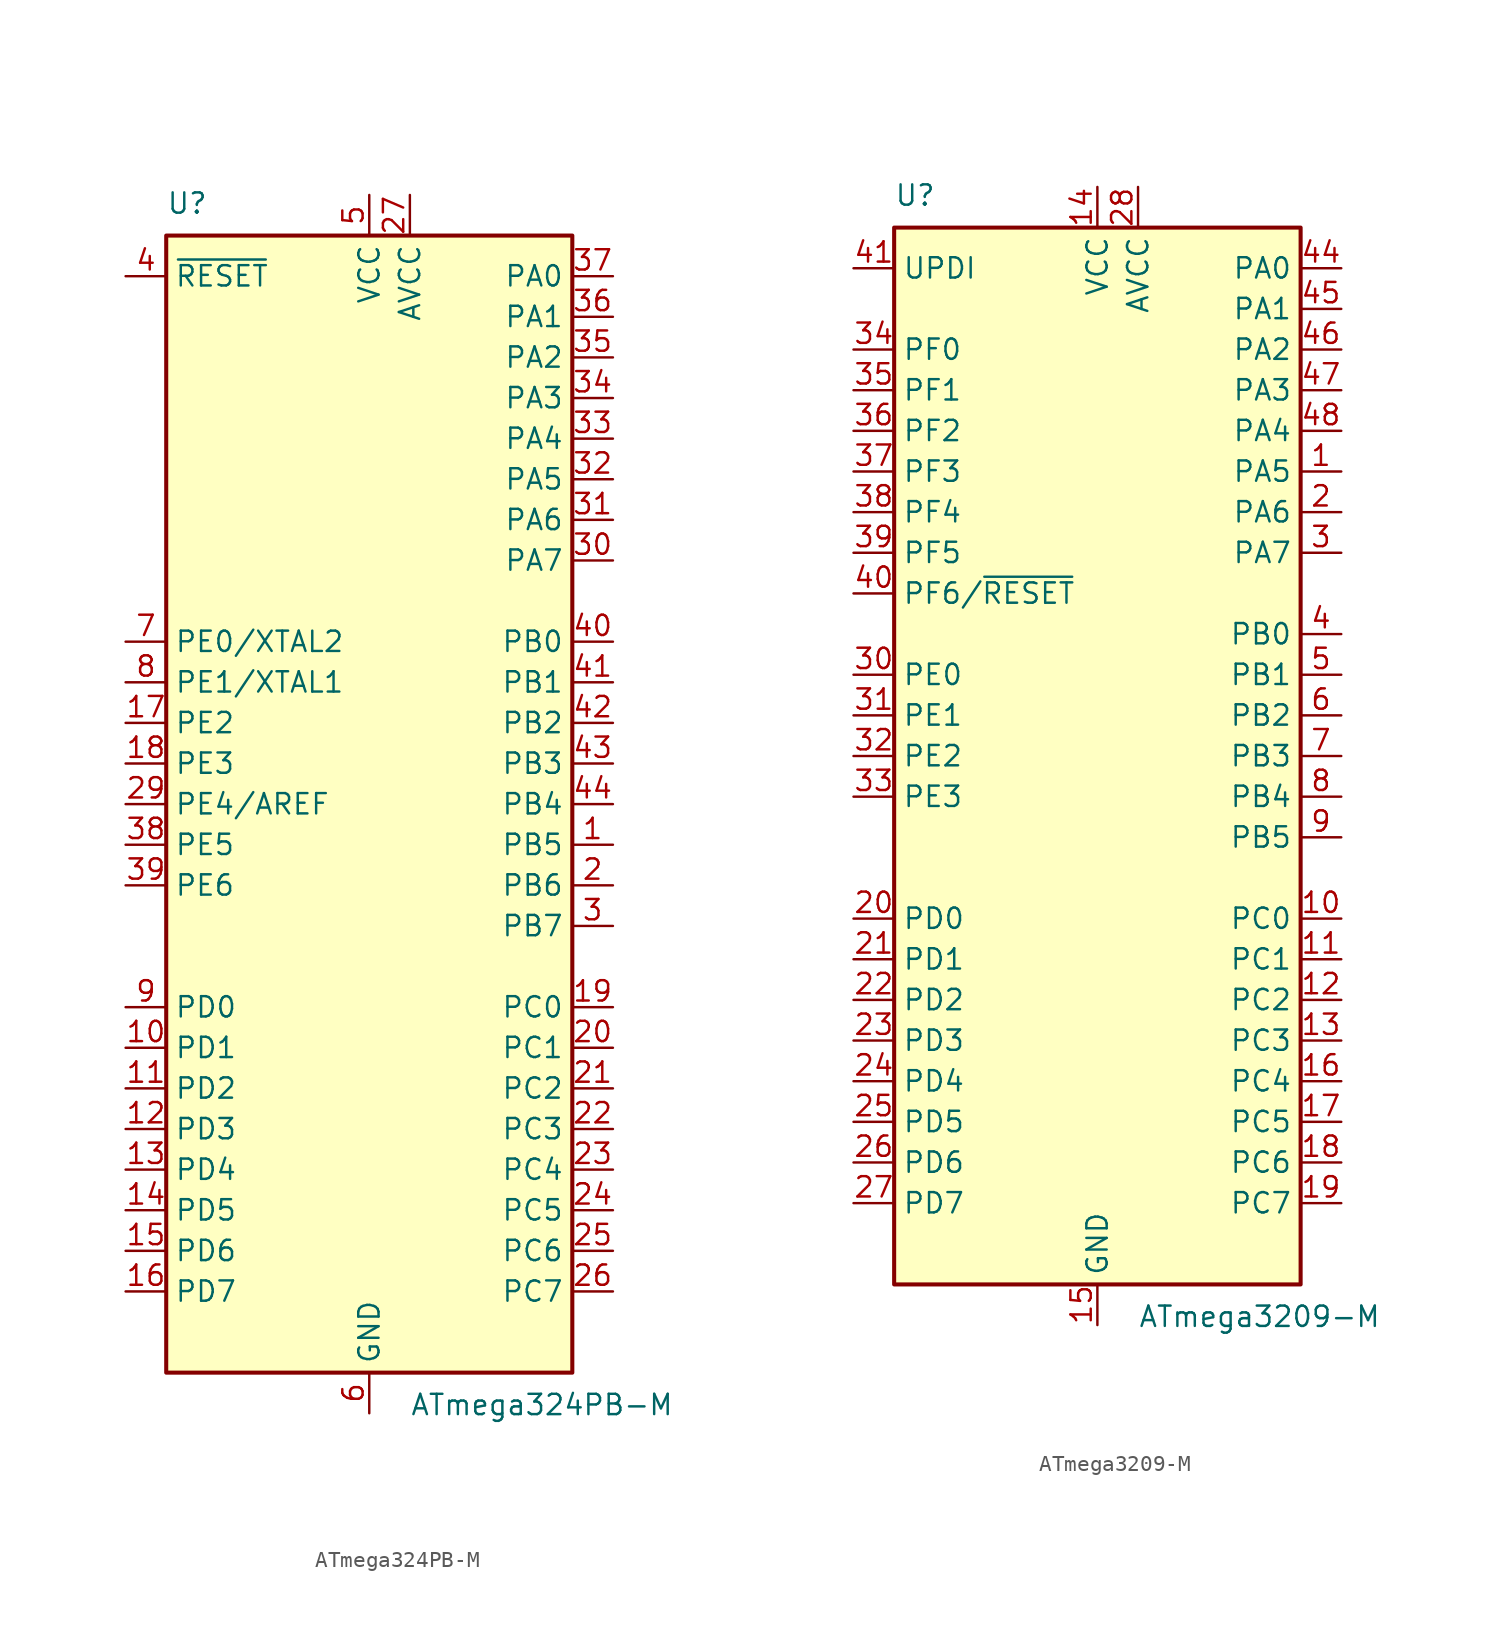
<source format=kicad_sym>
(kicad_symbol_lib
  (version 20211014)
  (generator kicad_symbol_editor)
  (symbol "ATmega324PB-M"
    (property "Reference" "U"
      (at -12.7 36.83 0)
      (effects (font (size 1.27 1.27)) (justify left bottom)))
    (property "Value" "ATmega324PB-M"
      (at 2.54 -36.83 0)
      (effects (font (size 1.27 1.27)) (justify left top)))
    (symbol "ATmega324PB-M_0_1"
      (rectangle (start -12.7 -35.56) (end 12.7 35.56) (stroke (width 0.254) (type default) (color 0 0 0 0)) (fill (type background))))
    (symbol "ATmega324PB-M_1_1"
      (pin bidirectional line (at 15.24 -2.54 180) (length 2.54) (name "PB5" (effects (font (size 1.27 1.27)))) (number "1" (effects (font (size 1.27 1.27)))))
      (pin bidirectional line (at -15.24 -15.24 0) (length 2.54) (name "PD1" (effects (font (size 1.27 1.27)))) (number "10" (effects (font (size 1.27 1.27)))))
      (pin bidirectional line (at -15.24 -17.78 0) (length 2.54) (name "PD2" (effects (font (size 1.27 1.27)))) (number "11" (effects (font (size 1.27 1.27)))))
      (pin bidirectional line (at -15.24 -20.32 0) (length 2.54) (name "PD3" (effects (font (size 1.27 1.27)))) (number "12" (effects (font (size 1.27 1.27)))))
      (pin bidirectional line (at -15.24 -22.86 0) (length 2.54) (name "PD4" (effects (font (size 1.27 1.27)))) (number "13" (effects (font (size 1.27 1.27)))))
      (pin bidirectional line (at -15.24 -25.4 0) (length 2.54) (name "PD5" (effects (font (size 1.27 1.27)))) (number "14" (effects (font (size 1.27 1.27)))))
      (pin bidirectional line (at -15.24 -27.94 0) (length 2.54) (name "PD6" (effects (font (size 1.27 1.27)))) (number "15" (effects (font (size 1.27 1.27)))))
      (pin bidirectional line (at -15.24 -30.48 0) (length 2.54) (name "PD7" (effects (font (size 1.27 1.27)))) (number "16" (effects (font (size 1.27 1.27)))))
      (pin bidirectional line (at -15.24 5.08 0) (length 2.54) (name "PE2" (effects (font (size 1.27 1.27)))) (number "17" (effects (font (size 1.27 1.27)))))
      (pin bidirectional line (at -15.24 2.54 0) (length 2.54) (name "PE3" (effects (font (size 1.27 1.27)))) (number "18" (effects (font (size 1.27 1.27)))))
      (pin bidirectional line (at 15.24 -12.7 180) (length 2.54) (name "PC0" (effects (font (size 1.27 1.27)))) (number "19" (effects (font (size 1.27 1.27)))))
      (pin bidirectional line (at 15.24 -5.08 180) (length 2.54) (name "PB6" (effects (font (size 1.27 1.27)))) (number "2" (effects (font (size 1.27 1.27)))))
      (pin bidirectional line (at 15.24 -15.24 180) (length 2.54) (name "PC1" (effects (font (size 1.27 1.27)))) (number "20" (effects (font (size 1.27 1.27)))))
      (pin bidirectional line (at 15.24 -17.78 180) (length 2.54) (name "PC2" (effects (font (size 1.27 1.27)))) (number "21" (effects (font (size 1.27 1.27)))))
      (pin bidirectional line (at 15.24 -20.32 180) (length 2.54) (name "PC3" (effects (font (size 1.27 1.27)))) (number "22" (effects (font (size 1.27 1.27)))))
      (pin bidirectional line (at 15.24 -22.86 180) (length 2.54) (name "PC4" (effects (font (size 1.27 1.27)))) (number "23" (effects (font (size 1.27 1.27)))))
      (pin bidirectional line (at 15.24 -25.4 180) (length 2.54) (name "PC5" (effects (font (size 1.27 1.27)))) (number "24" (effects (font (size 1.27 1.27)))))
      (pin bidirectional line (at 15.24 -27.94 180) (length 2.54) (name "PC6" (effects (font (size 1.27 1.27)))) (number "25" (effects (font (size 1.27 1.27)))))
      (pin bidirectional line (at 15.24 -30.48 180) (length 2.54) (name "PC7" (effects (font (size 1.27 1.27)))) (number "26" (effects (font (size 1.27 1.27)))))
      (pin power_in line (at 2.54 38.1 270) (length 2.54) (name "AVCC" (effects (font (size 1.27 1.27)))) (number "27" (effects (font (size 1.27 1.27)))))
      (pin passive line (at 0 -38.1 90) (length 2.54) hide (name "GND" (effects (font (size 1.27 1.27)))) (number "28" (effects (font (size 1.27 1.27)))))
      (pin bidirectional line (at -15.24 0 0) (length 2.54) (name "PE4/AREF" (effects (font (size 1.27 1.27)))) (number "29" (effects (font (size 1.27 1.27)))))
      (pin bidirectional line (at 15.24 -7.62 180) (length 2.54) (name "PB7" (effects (font (size 1.27 1.27)))) (number "3" (effects (font (size 1.27 1.27)))))
      (pin bidirectional line (at 15.24 15.24 180) (length 2.54) (name "PA7" (effects (font (size 1.27 1.27)))) (number "30" (effects (font (size 1.27 1.27)))))
      (pin bidirectional line (at 15.24 17.78 180) (length 2.54) (name "PA6" (effects (font (size 1.27 1.27)))) (number "31" (effects (font (size 1.27 1.27)))))
      (pin bidirectional line (at 15.24 20.32 180) (length 2.54) (name "PA5" (effects (font (size 1.27 1.27)))) (number "32" (effects (font (size 1.27 1.27)))))
      (pin bidirectional line (at 15.24 22.86 180) (length 2.54) (name "PA4" (effects (font (size 1.27 1.27)))) (number "33" (effects (font (size 1.27 1.27)))))
      (pin bidirectional line (at 15.24 25.4 180) (length 2.54) (name "PA3" (effects (font (size 1.27 1.27)))) (number "34" (effects (font (size 1.27 1.27)))))
      (pin bidirectional line (at 15.24 27.94 180) (length 2.54) (name "PA2" (effects (font (size 1.27 1.27)))) (number "35" (effects (font (size 1.27 1.27)))))
      (pin bidirectional line (at 15.24 30.48 180) (length 2.54) (name "PA1" (effects (font (size 1.27 1.27)))) (number "36" (effects (font (size 1.27 1.27)))))
      (pin bidirectional line (at 15.24 33.02 180) (length 2.54) (name "PA0" (effects (font (size 1.27 1.27)))) (number "37" (effects (font (size 1.27 1.27)))))
      (pin bidirectional line (at -15.24 -2.54 0) (length 2.54) (name "PE5" (effects (font (size 1.27 1.27)))) (number "38" (effects (font (size 1.27 1.27)))))
      (pin bidirectional line (at -15.24 -5.08 0) (length 2.54) (name "PE6" (effects (font (size 1.27 1.27)))) (number "39" (effects (font (size 1.27 1.27)))))
      (pin input line (at -15.24 33.02 0) (length 2.54) (name "~{RESET}" (effects (font (size 1.27 1.27)))) (number "4" (effects (font (size 1.27 1.27)))))
      (pin bidirectional line (at 15.24 10.16 180) (length 2.54) (name "PB0" (effects (font (size 1.27 1.27)))) (number "40" (effects (font (size 1.27 1.27)))))
      (pin bidirectional line (at 15.24 7.62 180) (length 2.54) (name "PB1" (effects (font (size 1.27 1.27)))) (number "41" (effects (font (size 1.27 1.27)))))
      (pin bidirectional line (at 15.24 5.08 180) (length 2.54) (name "PB2" (effects (font (size 1.27 1.27)))) (number "42" (effects (font (size 1.27 1.27)))))
      (pin bidirectional line (at 15.24 2.54 180) (length 2.54) (name "PB3" (effects (font (size 1.27 1.27)))) (number "43" (effects (font (size 1.27 1.27)))))
      (pin bidirectional line (at 15.24 0 180) (length 2.54) (name "PB4" (effects (font (size 1.27 1.27)))) (number "44" (effects (font (size 1.27 1.27)))))
      (pin passive line (at 0 -38.1 90) (length 2.54) hide (name "GND" (effects (font (size 1.27 1.27)))) (number "45" (effects (font (size 1.27 1.27)))))
      (pin power_in line (at 0 38.1 270) (length 2.54) (name "VCC" (effects (font (size 1.27 1.27)))) (number "5" (effects (font (size 1.27 1.27)))))
      (pin power_in line (at 0 -38.1 90) (length 2.54) (name "GND" (effects (font (size 1.27 1.27)))) (number "6" (effects (font (size 1.27 1.27)))))
      (pin bidirectional line (at -15.24 10.16 0) (length 2.54) (name "PE0/XTAL2" (effects (font (size 1.27 1.27)))) (number "7" (effects (font (size 1.27 1.27)))))
      (pin bidirectional line (at -15.24 7.62 0) (length 2.54) (name "PE1/XTAL1" (effects (font (size 1.27 1.27)))) (number "8" (effects (font (size 1.27 1.27)))))
      (pin bidirectional line (at -15.24 -12.7 0) (length 2.54) (name "PD0" (effects (font (size 1.27 1.27)))) (number "9" (effects (font (size 1.27 1.27)))))))
  (symbol "ATmega3209-M"
    (property "Reference" "U"
      (at -12.7 34.29 0)
      (effects (font (size 1.27 1.27)) (justify left bottom)))
    (property "Value" "ATmega3209-M"
      (at 2.54 -34.29 0)
      (effects (font (size 1.27 1.27)) (justify left top)))
    (symbol "ATmega3209-M_0_1"
      (rectangle (start -12.7 -33.02) (end 12.7 33.02) (stroke (width 0.254) (type default) (color 0 0 0 0)) (fill (type background))))
    (symbol "ATmega3209-M_1_1"
      (pin bidirectional line (at 15.24 17.78 180) (length 2.54) (name "PA5" (effects (font (size 1.27 1.27)))) (number "1" (effects (font (size 1.27 1.27)))))
      (pin bidirectional line (at 15.24 -10.16 180) (length 2.54) (name "PC0" (effects (font (size 1.27 1.27)))) (number "10" (effects (font (size 1.27 1.27)))))
      (pin bidirectional line (at 15.24 -12.7 180) (length 2.54) (name "PC1" (effects (font (size 1.27 1.27)))) (number "11" (effects (font (size 1.27 1.27)))))
      (pin bidirectional line (at 15.24 -15.24 180) (length 2.54) (name "PC2" (effects (font (size 1.27 1.27)))) (number "12" (effects (font (size 1.27 1.27)))))
      (pin bidirectional line (at 15.24 -17.78 180) (length 2.54) (name "PC3" (effects (font (size 1.27 1.27)))) (number "13" (effects (font (size 1.27 1.27)))))
      (pin power_in line (at 0 35.56 270) (length 2.54) (name "VCC" (effects (font (size 1.27 1.27)))) (number "14" (effects (font (size 1.27 1.27)))))
      (pin power_in line (at 0 -35.56 90) (length 2.54) (name "GND" (effects (font (size 1.27 1.27)))) (number "15" (effects (font (size 1.27 1.27)))))
      (pin bidirectional line (at 15.24 -20.32 180) (length 2.54) (name "PC4" (effects (font (size 1.27 1.27)))) (number "16" (effects (font (size 1.27 1.27)))))
      (pin bidirectional line (at 15.24 -22.86 180) (length 2.54) (name "PC5" (effects (font (size 1.27 1.27)))) (number "17" (effects (font (size 1.27 1.27)))))
      (pin bidirectional line (at 15.24 -25.4 180) (length 2.54) (name "PC6" (effects (font (size 1.27 1.27)))) (number "18" (effects (font (size 1.27 1.27)))))
      (pin bidirectional line (at 15.24 -27.94 180) (length 2.54) (name "PC7" (effects (font (size 1.27 1.27)))) (number "19" (effects (font (size 1.27 1.27)))))
      (pin bidirectional line (at 15.24 15.24 180) (length 2.54) (name "PA6" (effects (font (size 1.27 1.27)))) (number "2" (effects (font (size 1.27 1.27)))))
      (pin bidirectional line (at -15.24 -10.16 0) (length 2.54) (name "PD0" (effects (font (size 1.27 1.27)))) (number "20" (effects (font (size 1.27 1.27)))))
      (pin bidirectional line (at -15.24 -12.7 0) (length 2.54) (name "PD1" (effects (font (size 1.27 1.27)))) (number "21" (effects (font (size 1.27 1.27)))))
      (pin bidirectional line (at -15.24 -15.24 0) (length 2.54) (name "PD2" (effects (font (size 1.27 1.27)))) (number "22" (effects (font (size 1.27 1.27)))))
      (pin bidirectional line (at -15.24 -17.78 0) (length 2.54) (name "PD3" (effects (font (size 1.27 1.27)))) (number "23" (effects (font (size 1.27 1.27)))))
      (pin bidirectional line (at -15.24 -20.32 0) (length 2.54) (name "PD4" (effects (font (size 1.27 1.27)))) (number "24" (effects (font (size 1.27 1.27)))))
      (pin bidirectional line (at -15.24 -22.86 0) (length 2.54) (name "PD5" (effects (font (size 1.27 1.27)))) (number "25" (effects (font (size 1.27 1.27)))))
      (pin bidirectional line (at -15.24 -25.4 0) (length 2.54) (name "PD6" (effects (font (size 1.27 1.27)))) (number "26" (effects (font (size 1.27 1.27)))))
      (pin bidirectional line (at -15.24 -27.94 0) (length 2.54) (name "PD7" (effects (font (size 1.27 1.27)))) (number "27" (effects (font (size 1.27 1.27)))))
      (pin power_in line (at 2.54 35.56 270) (length 2.54) (name "AVCC" (effects (font (size 1.27 1.27)))) (number "28" (effects (font (size 1.27 1.27)))))
      (pin passive line (at 0 -35.56 90) (length 2.54) hide (name "GND" (effects (font (size 1.27 1.27)))) (number "29" (effects (font (size 1.27 1.27)))))
      (pin bidirectional line (at 15.24 12.7 180) (length 2.54) (name "PA7" (effects (font (size 1.27 1.27)))) (number "3" (effects (font (size 1.27 1.27)))))
      (pin bidirectional line (at -15.24 5.08 0) (length 2.54) (name "PE0" (effects (font (size 1.27 1.27)))) (number "30" (effects (font (size 1.27 1.27)))))
      (pin bidirectional line (at -15.24 2.54 0) (length 2.54) (name "PE1" (effects (font (size 1.27 1.27)))) (number "31" (effects (font (size 1.27 1.27)))))
      (pin bidirectional line (at -15.24 0 0) (length 2.54) (name "PE2" (effects (font (size 1.27 1.27)))) (number "32" (effects (font (size 1.27 1.27)))))
      (pin bidirectional line (at -15.24 -2.54 0) (length 2.54) (name "PE3" (effects (font (size 1.27 1.27)))) (number "33" (effects (font (size 1.27 1.27)))))
      (pin bidirectional line (at -15.24 25.4 0) (length 2.54) (name "PF0" (effects (font (size 1.27 1.27)))) (number "34" (effects (font (size 1.27 1.27)))))
      (pin bidirectional line (at -15.24 22.86 0) (length 2.54) (name "PF1" (effects (font (size 1.27 1.27)))) (number "35" (effects (font (size 1.27 1.27)))))
      (pin bidirectional line (at -15.24 20.32 0) (length 2.54) (name "PF2" (effects (font (size 1.27 1.27)))) (number "36" (effects (font (size 1.27 1.27)))))
      (pin bidirectional line (at -15.24 17.78 0) (length 2.54) (name "PF3" (effects (font (size 1.27 1.27)))) (number "37" (effects (font (size 1.27 1.27)))))
      (pin bidirectional line (at -15.24 15.24 0) (length 2.54) (name "PF4" (effects (font (size 1.27 1.27)))) (number "38" (effects (font (size 1.27 1.27)))))
      (pin bidirectional line (at -15.24 12.7 0) (length 2.54) (name "PF5" (effects (font (size 1.27 1.27)))) (number "39" (effects (font (size 1.27 1.27)))))
      (pin bidirectional line (at 15.24 7.62 180) (length 2.54) (name "PB0" (effects (font (size 1.27 1.27)))) (number "4" (effects (font (size 1.27 1.27)))))
      (pin bidirectional line (at -15.24 10.16 0) (length 2.54) (name "PF6/~{RESET}" (effects (font (size 1.27 1.27)))) (number "40" (effects (font (size 1.27 1.27)))))
      (pin bidirectional line (at -15.24 30.48 0) (length 2.54) (name "UPDI" (effects (font (size 1.27 1.27)))) (number "41" (effects (font (size 1.27 1.27)))))
      (pin passive line (at 0 35.56 270) (length 2.54) hide (name "VCC" (effects (font (size 1.27 1.27)))) (number "42" (effects (font (size 1.27 1.27)))))
      (pin passive line (at 0 -35.56 90) (length 2.54) hide (name "GND" (effects (font (size 1.27 1.27)))) (number "43" (effects (font (size 1.27 1.27)))))
      (pin bidirectional line (at 15.24 30.48 180) (length 2.54) (name "PA0" (effects (font (size 1.27 1.27)))) (number "44" (effects (font (size 1.27 1.27)))))
      (pin bidirectional line (at 15.24 27.94 180) (length 2.54) (name "PA1" (effects (font (size 1.27 1.27)))) (number "45" (effects (font (size 1.27 1.27)))))
      (pin bidirectional line (at 15.24 25.4 180) (length 2.54) (name "PA2" (effects (font (size 1.27 1.27)))) (number "46" (effects (font (size 1.27 1.27)))))
      (pin bidirectional line (at 15.24 22.86 180) (length 2.54) (name "PA3" (effects (font (size 1.27 1.27)))) (number "47" (effects (font (size 1.27 1.27)))))
      (pin bidirectional line (at 15.24 20.32 180) (length 2.54) (name "PA4" (effects (font (size 1.27 1.27)))) (number "48" (effects (font (size 1.27 1.27)))))
      (pin passive line (at 0 -35.56 90) (length 2.54) hide (name "GND" (effects (font (size 1.27 1.27)))) (number "49" (effects (font (size 1.27 1.27)))))
      (pin bidirectional line (at 15.24 5.08 180) (length 2.54) (name "PB1" (effects (font (size 1.27 1.27)))) (number "5" (effects (font (size 1.27 1.27)))))
      (pin bidirectional line (at 15.24 2.54 180) (length 2.54) (name "PB2" (effects (font (size 1.27 1.27)))) (number "6" (effects (font (size 1.27 1.27)))))
      (pin bidirectional line (at 15.24 0 180) (length 2.54) (name "PB3" (effects (font (size 1.27 1.27)))) (number "7" (effects (font (size 1.27 1.27)))))
      (pin bidirectional line (at 15.24 -2.54 180) (length 2.54) (name "PB4" (effects (font (size 1.27 1.27)))) (number "8" (effects (font (size 1.27 1.27)))))
      (pin bidirectional line (at 15.24 -5.08 180) (length 2.54) (name "PB5" (effects (font (size 1.27 1.27)))) (number "9" (effects (font (size 1.27 1.27))))))))
</source>
